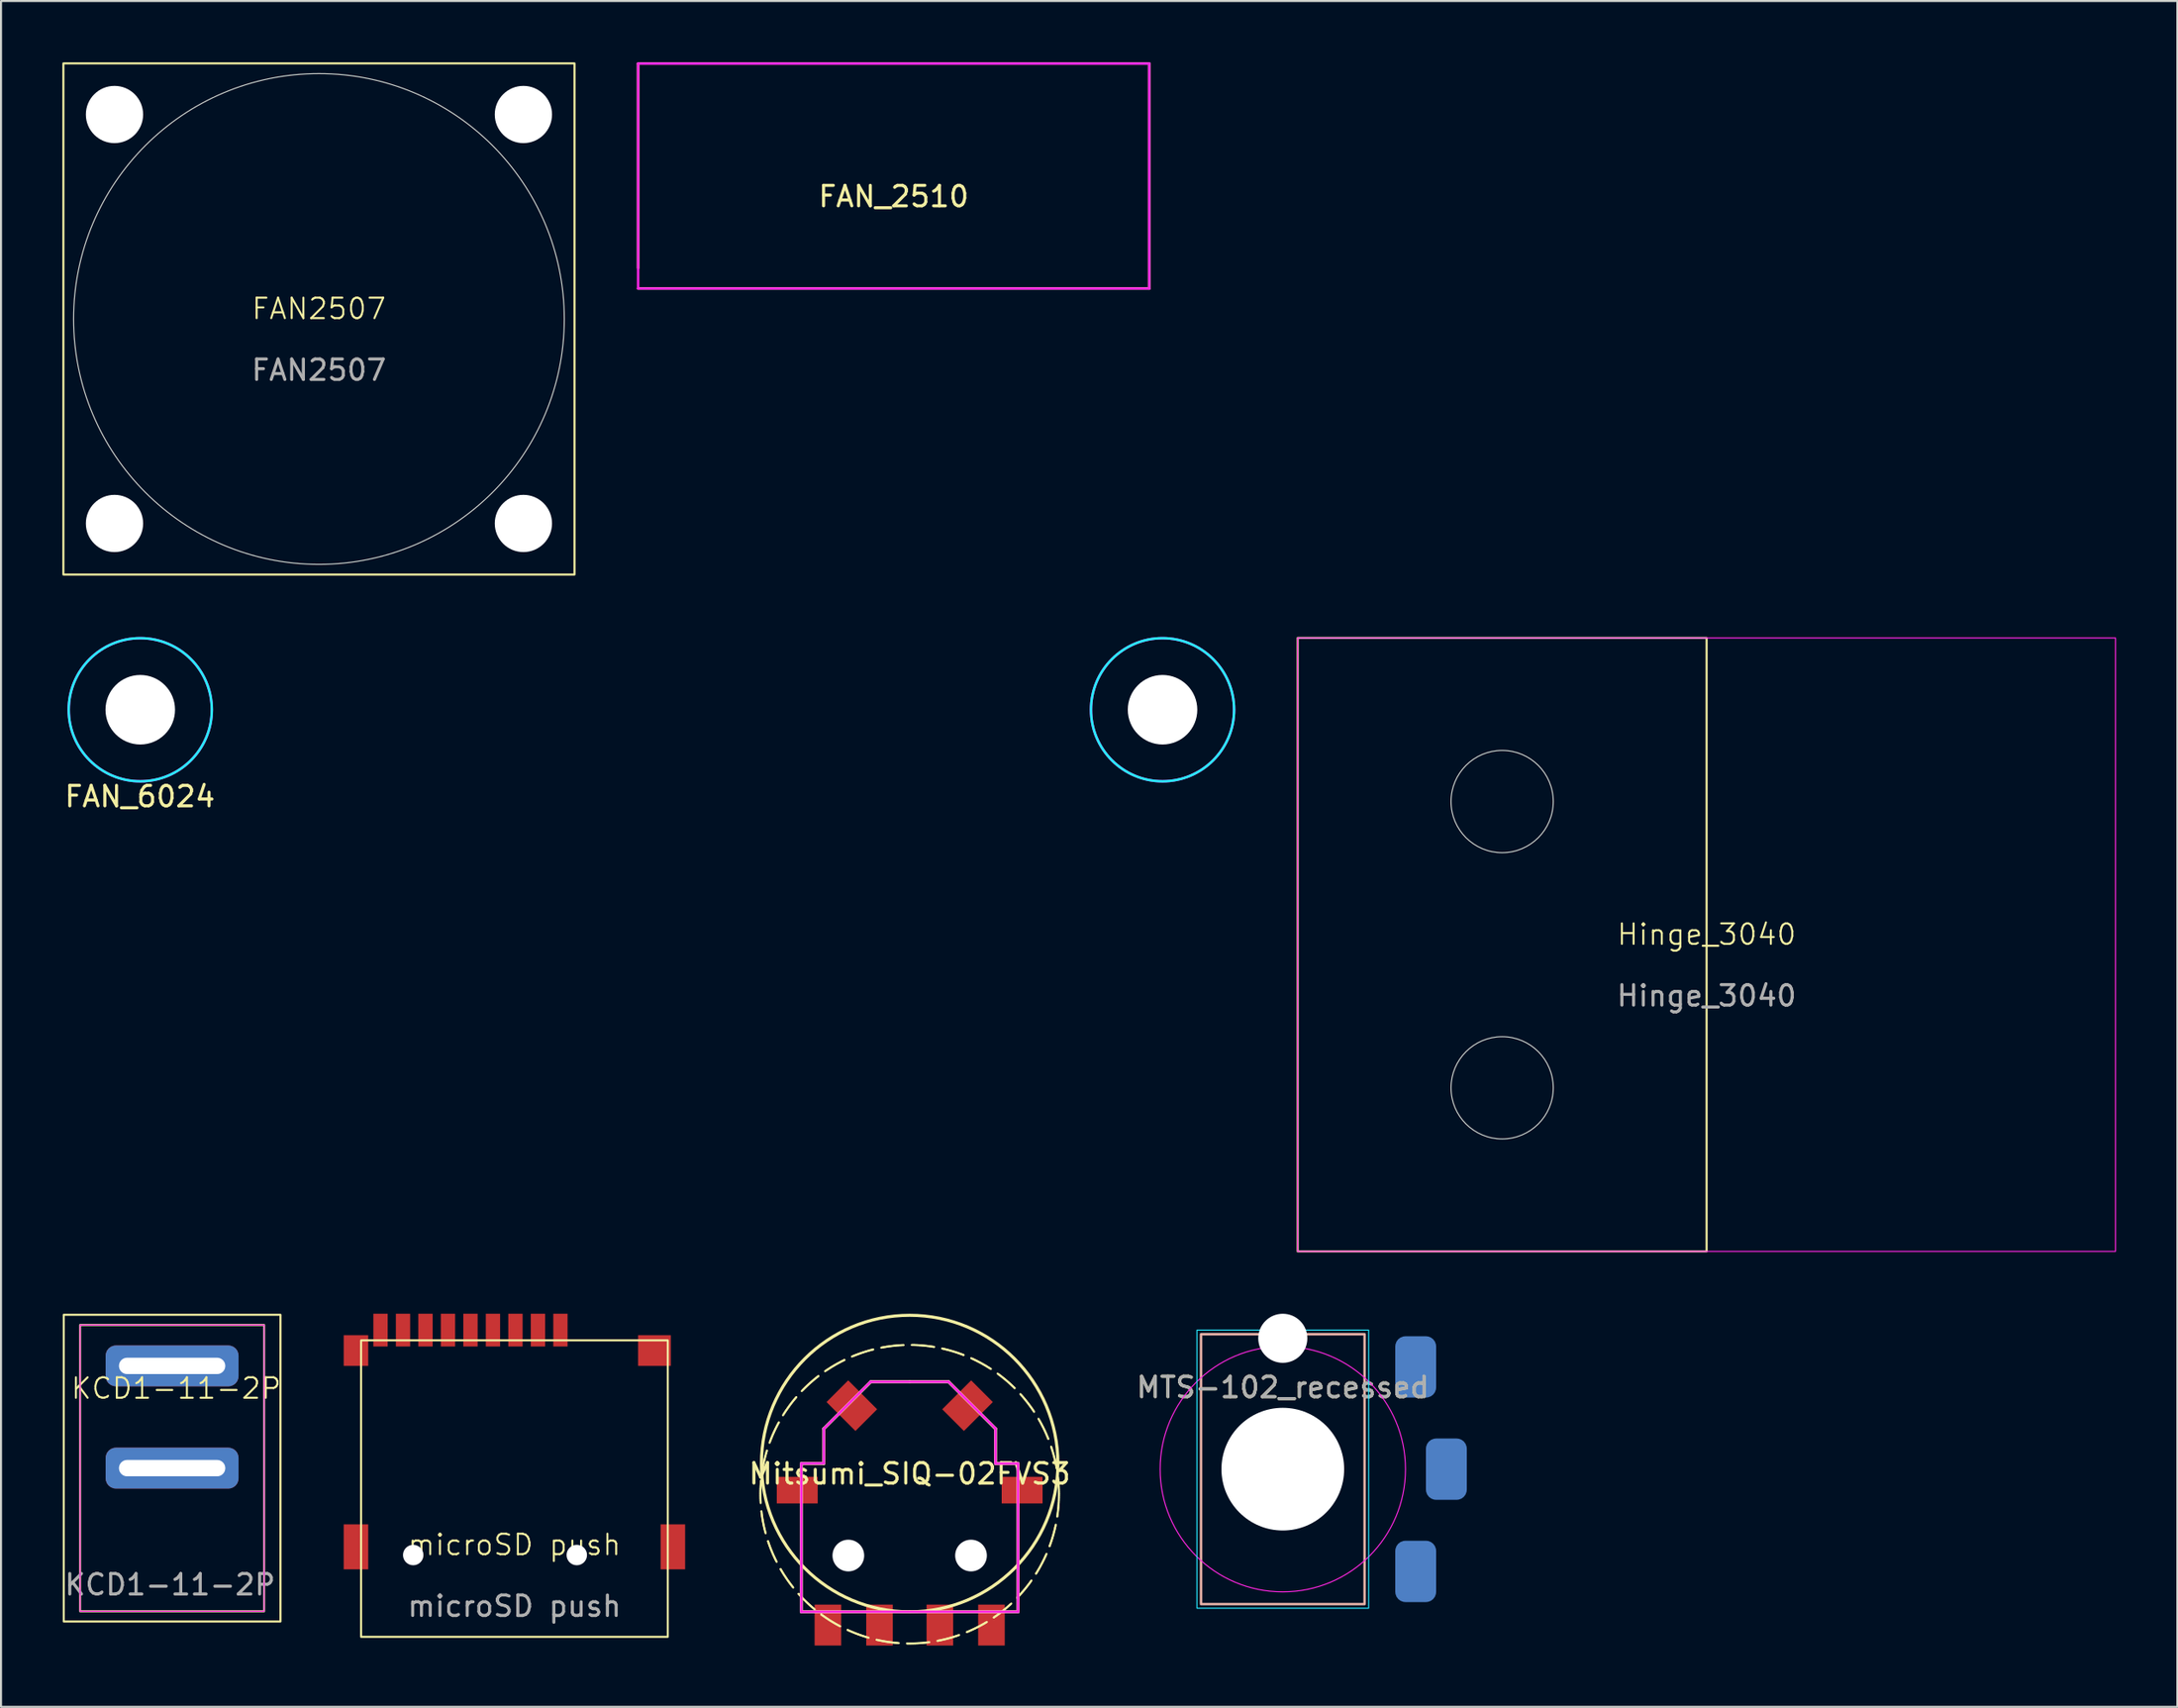
<source format=kicad_pcb>
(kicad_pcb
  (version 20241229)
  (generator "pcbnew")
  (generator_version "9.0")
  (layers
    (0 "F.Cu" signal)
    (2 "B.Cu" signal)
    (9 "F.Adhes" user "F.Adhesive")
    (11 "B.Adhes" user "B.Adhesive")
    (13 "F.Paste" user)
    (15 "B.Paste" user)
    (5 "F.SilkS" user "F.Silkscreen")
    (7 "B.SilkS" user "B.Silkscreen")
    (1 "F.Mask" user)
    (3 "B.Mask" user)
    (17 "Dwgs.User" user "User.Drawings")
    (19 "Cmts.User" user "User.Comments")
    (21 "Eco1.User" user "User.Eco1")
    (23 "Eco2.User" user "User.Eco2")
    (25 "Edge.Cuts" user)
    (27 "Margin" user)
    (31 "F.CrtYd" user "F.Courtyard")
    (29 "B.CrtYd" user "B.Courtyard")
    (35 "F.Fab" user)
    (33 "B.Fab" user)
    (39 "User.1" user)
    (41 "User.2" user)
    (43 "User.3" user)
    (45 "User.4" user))
  (footprint "Mitsumi_SIQ-02FVS3"
    (layer "F.Cu")
    (at 41.443 68.525)
    (property "Reference" "Mitsumi_SIQ-02FVS3" (at 0 0.5 0) (layer "F.SilkS") (effects (font (size 1 1) (thickness 0.15))))
    (attr through_hole)
    (fp_line (start -5.3 0) (end -4.2 0) (stroke (width 0.15) (type solid)) (layer "F.SilkS"))
    (fp_line (start -5.3 7.25) (end -5.3 0) (stroke (width 0.15) (type solid)) (layer "F.SilkS"))
    (fp_line (start -4.2 -1.7) (end -4.2 0) (stroke (width 0.15) (type solid)) (layer "F.SilkS"))
    (fp_line (start -1.9 -4) (end -4.2 -1.7) (stroke (width 0.15) (type solid)) (layer "F.SilkS"))
    (fp_line (start 0 -4) (end -1.9 -4) (stroke (width 0.15) (type solid)) (layer "F.SilkS"))
    (fp_line (start 0 -4) (end 1.9 -4) (stroke (width 0.15) (type solid)) (layer "F.SilkS"))
    (fp_line (start 0 7.25) (end -5.3 7.25) (stroke (width 0.15) (type solid)) (layer "F.SilkS"))
    (fp_line (start 0 7.25) (end 5.3 7.25) (stroke (width 0.15) (type solid)) (layer "F.SilkS"))
    (fp_line (start 1.9 -4) (end 4.2 -1.7) (stroke (width 0.15) (type solid)) (layer "F.SilkS"))
    (fp_line (start 4.2 -1.7) (end 4.2 0) (stroke (width 0.15) (type solid)) (layer "F.SilkS"))
    (fp_line (start 5.3 0) (end 4.2 0) (stroke (width 0.15) (type solid)) (layer "F.SilkS"))
    (fp_line (start 5.3 7.25) (end 5.3 0) (stroke (width 0.15) (type solid)) (layer "F.SilkS"))
    (fp_circle (center 0 0) (end 0 -7.25) (stroke (width 0.15) (type solid)) (fill no) (layer "F.SilkS"))
    (fp_circle (center 0 1.5) (end 7.3 1.5) (stroke (width 0.1) (type dash)) (fill no) (layer "F.SilkS"))
    (fp_line (start -5.3 0) (end -5.3 7.25) (stroke (width 0.12) (type solid)) (layer "F.CrtYd"))
    (fp_line (start -5.3 7.25) (end 5.3 7.25) (stroke (width 0.12) (type solid)) (layer "F.CrtYd"))
    (fp_line (start -4.2 -1.7) (end -4.2 -0.01) (stroke (width 0.12) (type solid)) (layer "F.CrtYd"))
    (fp_line (start -4.2 -0.01) (end -5.3 0) (stroke (width 0.12) (type solid)) (layer "F.CrtYd"))
    (fp_line (start -1.91 -4) (end -4.2 -1.7) (stroke (width 0.12) (type solid)) (layer "F.CrtYd"))
    (fp_line (start 1.9 -4) (end -1.91 -4) (stroke (width 0.12) (type solid)) (layer "F.CrtYd"))
    (fp_line (start 4.2 -1.71) (end 1.9 -4) (stroke (width 0.12) (type solid)) (layer "F.CrtYd"))
    (fp_line (start 4.2 0) (end 4.2 -1.71) (stroke (width 0.12) (type solid)) (layer "F.CrtYd"))
    (fp_line (start 5.3 0) (end 4.2 0) (stroke (width 0.12) (type solid)) (layer "F.CrtYd"))
    (fp_line (start 5.3 7.25) (end 5.3 0) (stroke (width 0.12) (type solid)) (layer "F.CrtYd"))
    (pad "" np_thru_hole circle (at -3 4.5) (size 1.55 1.55) (drill 1.55) (layers "*.Cu" "*.Mask"))
    (pad "" np_thru_hole circle (at 3 4.5) (size 1.55 1.55) (drill 1.55) (layers "*.Cu" "*.Mask"))
    (pad "A" smd rect (at -4 7.9) (size 1.3 2) (layers "F.Cu" "F.Mask" "F.Paste"))
    (pad "B" smd rect (at 4 7.9) (size 1.3 2) (layers "F.Cu" "F.Mask" "F.Paste"))
    (pad "C" smd rect (at 1.475 7.9) (size 1.3 2) (layers "F.Cu" "F.Mask" "F.Paste"))
    (pad "MP" smd rect (at -5.5 1.3) (size 2 1.3) (layers "F.Cu" "F.Mask" "F.Paste"))
    (pad "MP" smd rect (at -2.83 -2.83 45) (size 1.5 2) (layers "F.Cu" "F.Mask" "F.Paste"))
    (pad "MP" smd rect (at 2.83 -2.83 135) (size 1.5 2) (layers "F.Cu" "F.Mask" "F.Paste"))
    (pad "MP" smd rect (at 5.5 1.3) (size 2 1.3) (layers "F.Cu" "F.Mask" "F.Paste"))
    (pad "S" smd rect (at -1.475 7.9) (size 1.3 2) (layers "F.Cu" "F.Mask" "F.Paste")))
  (footprint "microSD push"
    (layer "F.Cu")
    (at 17.161 73)
    (property "Reference" "microSD push" (at 4.95 -0.5 0) (unlocked yes) (layer "F.SilkS") (effects (font (size 1 1) (thickness 0.1))))
    (attr smd)
    (fp_rect (start -2.55 -10.5) (end 12.45 4) (stroke (width 0.1) (type default)) (fill no) (layer "F.SilkS"))
    (fp_text user "${REFERENCE}" (at 4.95 2.5 0) (unlocked yes) (layer "F.Fab") (effects (font (size 1 1) (thickness 0.15))))
    (pad "" np_thru_hole circle (at 0 0) (size 1 1) (drill 1) (layers "*.Cu" "*.Mask"))
    (pad "" np_thru_hole circle (at 8 0) (size 1 1) (drill 1) (layers "*.Cu" "*.Mask"))
    (pad "1" smd rect (at 7.2 -11) (size 0.7 1.6) (layers "F.Cu" "F.Mask" "F.Paste"))
    (pad "2" smd rect (at 6.1 -11) (size 0.7 1.6) (layers "F.Cu" "F.Mask" "F.Paste"))
    (pad "3" smd rect (at 5 -11) (size 0.7 1.6) (layers "F.Cu" "F.Mask" "F.Paste"))
    (pad "4" smd rect (at 3.9 -11) (size 0.7 1.6) (layers "F.Cu" "F.Mask" "F.Paste"))
    (pad "5" smd rect (at 2.8 -11) (size 0.7 1.6) (layers "F.Cu" "F.Mask" "F.Paste"))
    (pad "6" smd rect (at 1.7 -11) (size 0.7 1.6) (layers "F.Cu" "F.Mask" "F.Paste"))
    (pad "7" smd rect (at 0.6 -11) (size 0.7 1.6) (layers "F.Cu" "F.Mask" "F.Paste"))
    (pad "8" smd rect (at -0.5 -11) (size 0.7 1.6) (layers "F.Cu" "F.Mask" "F.Paste"))
    (pad "9" smd rect (at -1.6 -11) (size 0.7 1.6) (layers "F.Cu" "F.Mask" "F.Paste"))
    (pad "10" smd rect (at -2.8 -10) (size 1.2 1.5) (layers "F.Cu" "F.Mask" "F.Paste"))
    (pad "10" smd rect (at -2.8 -0.4) (size 1.2 2.2) (layers "F.Cu" "F.Mask" "F.Paste"))
    (pad "10" smd rect (at 11.8 -10) (size 1.6 1.5) (layers "F.Cu" "F.Mask" "F.Paste"))
    (pad "10" smd rect (at 12.7 -0.4) (size 1.2 2.2) (layers "F.Cu" "F.Mask" "F.Paste")))
  (footprint "Hinge_3040"
    (layer "F.Cu")
    (at 80.421 43.15)
    (property "Reference" "Hinge_3040" (at 0 -0.5 0) (unlocked yes) (layer "F.SilkS") (effects (font (size 1 1) (thickness 0.1))))
    (attr through_hole)
    (fp_rect (start -20 -15) (end 0 15) (stroke (width 0.1) (type default)) (fill no) (layer "F.SilkS"))
    (fp_circle (center -10 -7) (end -10 -9.5) (stroke (width 0.05) (type default)) (fill no) (layer "Edge.Cuts"))
    (fp_circle (center -10 7) (end -10 4.5) (stroke (width 0.05) (type default)) (fill no) (layer "Edge.Cuts"))
    (fp_rect (start -20 -15) (end 20 15) (stroke (width 0.05) (type default)) (fill no) (layer "F.CrtYd"))
    (fp_text user "${REFERENCE}" (at 0 2.5 0) (unlocked yes) (layer "F.Fab") (effects (font (size 1 1) (thickness 0.15)))))
  (footprint "FAN_6024"
    (layer "F.Cu")
    (at 28.811 44.16)
    (property "Reference" "FAN_6024" (at -25.019 -8.255 0) (layer "F.SilkS") (effects (font (size 1 1) (thickness 0.15))))
    (attr through_hole)
    (fp_circle (center -25 -12.5) (end -25 -16) (stroke (width 0.12) (type solid)) (fill no) (layer "B.CrtYd"))
    (fp_circle (center 25 -12.5) (end 25 -16) (stroke (width 0.12) (type solid)) (fill no) (layer "B.CrtYd"))
    (fp_circle (center -25 -12.5) (end -25 -16) (stroke (width 0.12) (type solid)) (fill no) (layer "F.CrtYd"))
    (fp_circle (center 25 -12.5) (end 25 -16) (stroke (width 0.12) (type solid)) (fill no) (layer "F.CrtYd"))
    (pad "" np_thru_hole circle (at -25 -12.5) (size 3.4 3.4) (drill 3.4) (layers "*.Cu" "*.Mask"))
    (pad "" np_thru_hole circle (at 25 -12.5) (size 3.4 3.4) (drill 3.4) (layers "*.Cu" "*.Mask")))
  (footprint "MTS-102_recessed"
    (layer "F.Cu")
    (at 59.693 68.8)
    (property "Reference" "MTS-102_recessed" (at 0 -4 0) (unlocked yes) (layer "F.SilkS") (effects (font (size 1 1) (thickness 0.15))))
    (attr smd)
    (fp_rect (start -4 -6.6) (end 4 6.6) (stroke (width 0.12) (type solid)) (fill no) (layer "B.SilkS"))
    (fp_rect (start -4.2 -6.8) (end 4.2 6.8) (stroke (width 0.05) (type solid)) (fill no) (layer "B.CrtYd"))
    (fp_circle (center 0 0) (end 0 -6) (stroke (width 0.05) (type solid)) (fill no) (layer "F.CrtYd"))
    (fp_text user "${REFERENCE}" (at 0 -4 0) (unlocked yes) (layer "F.Fab") (effects (font (size 1 1) (thickness 0.15))))
    (pad "" np_thru_hole circle (at 0 -6.4) (size 2.4 2.4) (drill 2.4) (layers "*.Cu" "*.Mask"))
    (pad "" np_thru_hole circle (at 0 0) (size 6 6) (drill 6) (layers "*.Cu" "*.Mask"))
    (pad "1" smd roundrect (at 6.5 5) (size 2 3) (layers "B.Cu" "B.Mask" "B.Paste") (roundrect_rratio 0.25))
    (pad "2" smd roundrect (at 8 0) (size 2 3) (layers "B.Cu" "B.Mask" "B.Paste") (roundrect_rratio 0.25))
    (pad "3" smd roundrect (at 6.5 -5) (size 2 3) (layers "B.Cu" "B.Mask" "B.Paste") (roundrect_rratio 0.25)))
  (footprint "FAN_2510"
    (layer "F.Cu")
    (at 40.66 6.06)
    (property "Reference" "FAN_2510" (at 0 0.5 0) (layer "F.SilkS") (effects (font (size 1 1) (thickness 0.15))))
    (attr through_hole)
    (fp_line (start -12.5 -6) (end 12.5 -6) (stroke (width 0.12) (type solid)) (layer "F.SilkS"))
    (fp_line (start -12.5 4) (end -12.5 -6) (stroke (width 0.12) (type solid)) (layer "F.SilkS"))
    (fp_line (start 12.5 -6) (end 12.5 5) (stroke (width 0.12) (type solid)) (layer "F.SilkS"))
    (fp_line (start 12.5 5) (end -12.5 5) (stroke (width 0.12) (type solid)) (layer "F.SilkS"))
    (fp_line (start -12.5 -6) (end -12.5 5) (stroke (width 0.12) (type solid)) (layer "F.CrtYd"))
    (fp_line (start -12.5 5) (end 12.5 5) (stroke (width 0.12) (type solid)) (layer "F.CrtYd"))
    (fp_line (start 12.5 -6) (end -12.5 -6) (stroke (width 0.12) (type solid)) (layer "F.CrtYd"))
    (fp_line (start 12.5 5) (end 12.5 -6) (stroke (width 0.12) (type solid)) (layer "F.CrtYd")))
  (footprint "KCD1-11-2P"
    (layer "F.Cu")
    (at 5.368 68.75)
    (property "Reference" "KCD1-11-2P" (at 0.2 -3.9 0) (unlocked yes) (layer "F.SilkS") (effects (font (size 1 1) (thickness 0.1))))
    (attr through_hole)
    (fp_rect (start -5.3 -7.5) (end 5.3 7.5) (stroke (width 0.1) (type default)) (fill no) (layer "F.SilkS"))
    (fp_rect (start -4.5 -7) (end 4.5 7) (stroke (width 0.1) (type default)) (fill no) (layer "F.SilkS"))
    (fp_rect (start -4.5 -7) (end 4.5 7) (stroke (width 0.05) (type default)) (fill no) (layer "F.CrtYd"))
    (fp_text user "${REFERENCE}" (at -0.1 5.7 0) (unlocked yes) (layer "F.Fab") (effects (font (size 1 1) (thickness 0.15))))
    (pad "1" thru_hole roundrect (at 0 -5) (size 6.5 2) (drill oval 5.2 0.8) (layers "*.Cu" "*.Mask") (roundrect_rratio 0.25))
    (pad "2" thru_hole roundrect (at 0 0) (size 6.5 2) (drill oval 5.2 0.8) (layers "*.Cu" "*.Mask") (roundrect_rratio 0.25)))
  (footprint "FAN2507"
    (layer "F.Cu")
    (at 12.55 12.55)
    (property "Reference" "FAN2507" (at 0 -0.5 0) (unlocked yes) (layer "F.SilkS") (effects (font (size 1 1) (thickness 0.1))))
    (attr smd)
    (fp_rect (start -12.5 -12.5) (end 12.5 12.5) (stroke (width 0.1) (type default)) (fill no) (layer "F.SilkS"))
    (fp_circle (center 0 0) (end 0 -12) (stroke (width 0.05) (type default)) (fill no) (layer "Edge.Cuts"))
    (fp_text user "${REFERENCE}" (at 0 2.5 0) (unlocked yes) (layer "F.Fab") (effects (font (size 1 1) (thickness 0.15))))
    (pad "" np_thru_hole circle (at -10 -10) (size 2.8 2.8) (drill 2.8) (layers "*.Cu" "*.Mask"))
    (pad "" np_thru_hole circle (at -10 10) (size 2.8 2.8) (drill 2.8) (layers "*.Cu" "*.Mask"))
    (pad "" np_thru_hole circle (at 10 -10) (size 2.8 2.8) (drill 2.8) (layers "*.Cu" "*.Mask"))
    (pad "" np_thru_hole circle (at 10 10) (size 2.8 2.8) (drill 2.8) (layers "*.Cu" "*.Mask")))
  (gr_rect
    (start -3 -3)
    (end 103.446 80.425)
    (stroke (width 0.1) (type default))
    (fill no)
    (layer "Edge.Cuts")))
</source>
